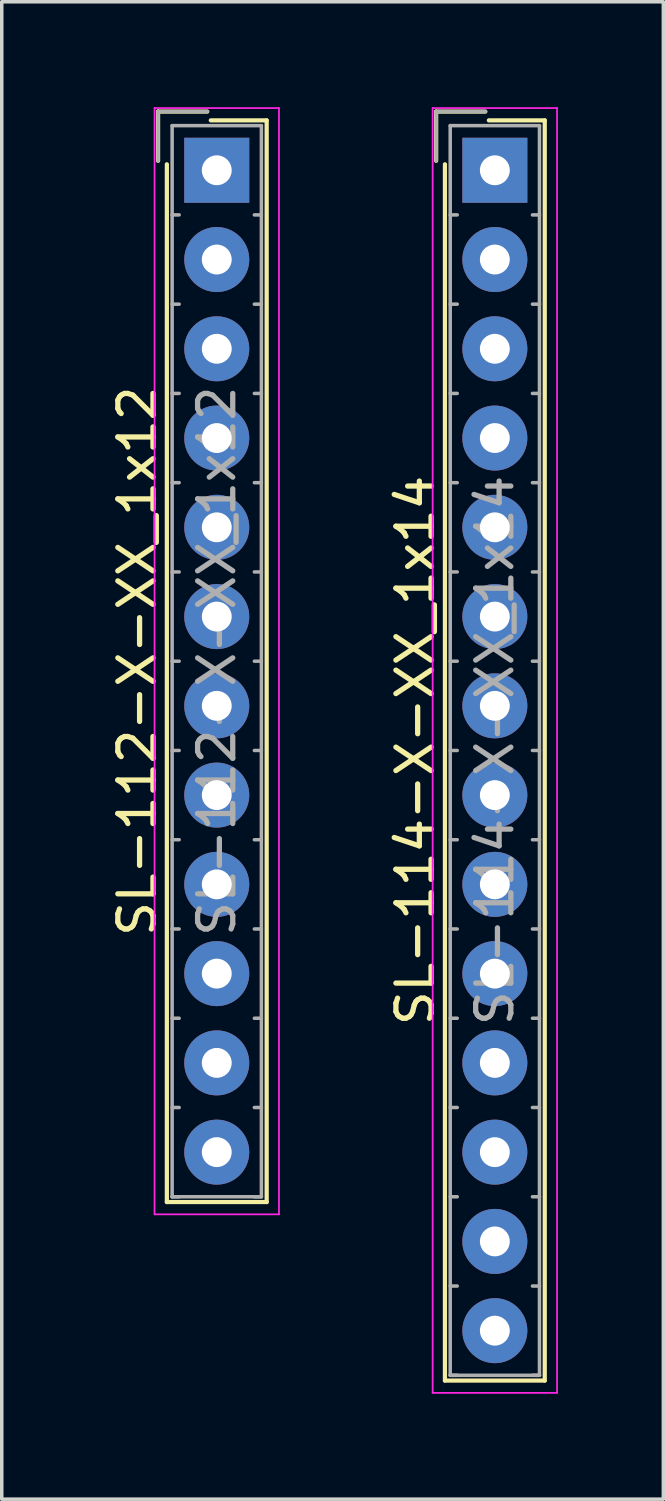
<source format=kicad_pcb>
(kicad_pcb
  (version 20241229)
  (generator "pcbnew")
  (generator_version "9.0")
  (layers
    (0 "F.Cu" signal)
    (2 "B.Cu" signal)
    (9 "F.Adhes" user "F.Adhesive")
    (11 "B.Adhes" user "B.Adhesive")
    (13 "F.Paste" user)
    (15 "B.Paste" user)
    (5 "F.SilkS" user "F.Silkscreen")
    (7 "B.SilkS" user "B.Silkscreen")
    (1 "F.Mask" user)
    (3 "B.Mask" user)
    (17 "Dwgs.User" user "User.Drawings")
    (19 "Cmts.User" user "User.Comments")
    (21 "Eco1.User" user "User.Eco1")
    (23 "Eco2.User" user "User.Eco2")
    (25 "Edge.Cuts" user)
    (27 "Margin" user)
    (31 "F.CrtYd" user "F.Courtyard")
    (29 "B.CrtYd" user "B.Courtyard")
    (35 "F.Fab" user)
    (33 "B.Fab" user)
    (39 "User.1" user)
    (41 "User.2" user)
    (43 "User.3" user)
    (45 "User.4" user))
  (footprint "SL-114-X-XX_1x14"
    (layer "F.Cu")
    (at 11.031 1.795)
    (property "Reference" "SL-114-X-XX_1x14" (at -2.27 16.51 90) (layer "F.SilkS") (effects (font (size 1 1) (thickness 0.15))))
    (attr through_hole)
    (fp_line (start -1.67 -1.67) (end -1.67 -0.27) (stroke (width 0.12) (type solid)) (layer "F.SilkS"))
    (fp_line (start -1.42 34.44) (end -1.42 -0.17) (stroke (width 0.12) (type solid)) (layer "F.SilkS"))
    (fp_line (start -0.27 -1.67) (end -1.67 -1.67) (stroke (width 0.12) (type solid)) (layer "F.SilkS"))
    (fp_line (start -0.17 -1.42) (end 1.42 -1.42) (stroke (width 0.12) (type solid)) (layer "F.SilkS"))
    (fp_line (start 1.42 -1.42) (end 1.42 34.44) (stroke (width 0.12) (type solid)) (layer "F.SilkS"))
    (fp_line (start 1.42 34.44) (end -1.42 34.44) (stroke (width 0.12) (type solid)) (layer "F.SilkS"))
    (fp_line (start -1.77 -1.77) (end -1.77 34.79) (stroke (width 0.05) (type solid)) (layer "F.CrtYd"))
    (fp_line (start -1.77 34.79) (end 1.77 34.79) (stroke (width 0.05) (type solid)) (layer "F.CrtYd"))
    (fp_line (start 1.77 -1.77) (end -1.77 -1.77) (stroke (width 0.05) (type solid)) (layer "F.CrtYd"))
    (fp_line (start 1.77 34.79) (end 1.77 -1.77) (stroke (width 0.05) (type solid)) (layer "F.CrtYd"))
    (fp_line (start -1.67 -1.67) (end -1.67 -0.27) (stroke (width 0.1) (type solid)) (layer "F.Fab"))
    (fp_line (start -1.27 -1.27) (end -1.27 34.29) (stroke (width 0.1) (type solid)) (layer "F.Fab"))
    (fp_line (start -1.27 1.27) (end -1.07 1.27) (stroke (width 0.1) (type solid)) (layer "F.Fab"))
    (fp_line (start -1.27 3.81) (end -1.07 3.81) (stroke (width 0.1) (type solid)) (layer "F.Fab"))
    (fp_line (start -1.27 6.35) (end -1.07 6.35) (stroke (width 0.1) (type solid)) (layer "F.Fab"))
    (fp_line (start -1.27 8.89) (end -1.07 8.89) (stroke (width 0.1) (type solid)) (layer "F.Fab"))
    (fp_line (start -1.27 11.43) (end -1.07 11.43) (stroke (width 0.1) (type solid)) (layer "F.Fab"))
    (fp_line (start -1.27 13.97) (end -1.07 13.97) (stroke (width 0.1) (type solid)) (layer "F.Fab"))
    (fp_line (start -1.27 16.51) (end -1.07 16.51) (stroke (width 0.1) (type solid)) (layer "F.Fab"))
    (fp_line (start -1.27 19.05) (end -1.07 19.05) (stroke (width 0.1) (type solid)) (layer "F.Fab"))
    (fp_line (start -1.27 21.59) (end -1.07 21.59) (stroke (width 0.1) (type solid)) (layer "F.Fab"))
    (fp_line (start -1.27 24.13) (end -1.07 24.13) (stroke (width 0.1) (type solid)) (layer "F.Fab"))
    (fp_line (start -1.27 26.67) (end -1.07 26.67) (stroke (width 0.1) (type solid)) (layer "F.Fab"))
    (fp_line (start -1.27 29.21) (end -1.07 29.21) (stroke (width 0.1) (type solid)) (layer "F.Fab"))
    (fp_line (start -1.27 31.75) (end -1.07 31.75) (stroke (width 0.1) (type solid)) (layer "F.Fab"))
    (fp_line (start -1.27 34.29) (end -1.07 34.29) (stroke (width 0.1) (type solid)) (layer "F.Fab"))
    (fp_line (start -1.27 34.29) (end 1.27 34.29) (stroke (width 0.1) (type solid)) (layer "F.Fab"))
    (fp_line (start -0.27 -1.67) (end -1.67 -1.67) (stroke (width 0.1) (type solid)) (layer "F.Fab"))
    (fp_line (start 1.27 -1.27) (end -1.27 -1.27) (stroke (width 0.1) (type solid)) (layer "F.Fab"))
    (fp_line (start 1.27 1.27) (end 1.07 1.27) (stroke (width 0.1) (type solid)) (layer "F.Fab"))
    (fp_line (start 1.27 3.81) (end 1.07 3.81) (stroke (width 0.1) (type solid)) (layer "F.Fab"))
    (fp_line (start 1.27 6.35) (end 1.07 6.35) (stroke (width 0.1) (type solid)) (layer "F.Fab"))
    (fp_line (start 1.27 8.89) (end 1.07 8.89) (stroke (width 0.1) (type solid)) (layer "F.Fab"))
    (fp_line (start 1.27 11.43) (end 1.07 11.43) (stroke (width 0.1) (type solid)) (layer "F.Fab"))
    (fp_line (start 1.27 13.97) (end 1.07 13.97) (stroke (width 0.1) (type solid)) (layer "F.Fab"))
    (fp_line (start 1.27 16.51) (end 1.07 16.51) (stroke (width 0.1) (type solid)) (layer "F.Fab"))
    (fp_line (start 1.27 19.05) (end 1.07 19.05) (stroke (width 0.1) (type solid)) (layer "F.Fab"))
    (fp_line (start 1.27 21.59) (end 1.07 21.59) (stroke (width 0.1) (type solid)) (layer "F.Fab"))
    (fp_line (start 1.27 24.13) (end 1.07 24.13) (stroke (width 0.1) (type solid)) (layer "F.Fab"))
    (fp_line (start 1.27 26.67) (end 1.07 26.67) (stroke (width 0.1) (type solid)) (layer "F.Fab"))
    (fp_line (start 1.27 29.21) (end 1.07 29.21) (stroke (width 0.1) (type solid)) (layer "F.Fab"))
    (fp_line (start 1.27 31.75) (end 1.07 31.75) (stroke (width 0.1) (type solid)) (layer "F.Fab"))
    (fp_line (start 1.27 34.29) (end 1.07 34.29) (stroke (width 0.1) (type solid)) (layer "F.Fab"))
    (fp_line (start 1.27 34.29) (end 1.27 -1.27) (stroke (width 0.1) (type solid)) (layer "F.Fab"))
    (fp_text user "${REFERENCE}" (at 0 16.51 90) (layer "F.Fab") (effects (font (size 1 1) (thickness 0.15))))
    (pad "1" thru_hole rect (at 0 0) (size 1.85 1.85) (drill 0.85) (layers "*.Cu" "*.Mask"))
    (pad "2" thru_hole circle (at 0 2.54) (size 1.85 1.85) (drill 0.85) (layers "*.Cu" "*.Mask"))
    (pad "3" thru_hole circle (at 0 5.08) (size 1.85 1.85) (drill 0.85) (layers "*.Cu" "*.Mask"))
    (pad "4" thru_hole circle (at 0 7.62) (size 1.85 1.85) (drill 0.85) (layers "*.Cu" "*.Mask"))
    (pad "5" thru_hole circle (at 0 10.16) (size 1.85 1.85) (drill 0.85) (layers "*.Cu" "*.Mask"))
    (pad "6" thru_hole circle (at 0 12.7) (size 1.85 1.85) (drill 0.85) (layers "*.Cu" "*.Mask"))
    (pad "7" thru_hole circle (at 0 15.24) (size 1.85 1.85) (drill 0.85) (layers "*.Cu" "*.Mask"))
    (pad "8" thru_hole circle (at 0 17.78) (size 1.85 1.85) (drill 0.85) (layers "*.Cu" "*.Mask"))
    (pad "9" thru_hole circle (at 0 20.32) (size 1.85 1.85) (drill 0.85) (layers "*.Cu" "*.Mask"))
    (pad "10" thru_hole circle (at 0 22.86) (size 1.85 1.85) (drill 0.85) (layers "*.Cu" "*.Mask"))
    (pad "11" thru_hole circle (at 0 25.4) (size 1.85 1.85) (drill 0.85) (layers "*.Cu" "*.Mask"))
    (pad "12" thru_hole circle (at 0 27.94) (size 1.85 1.85) (drill 0.85) (layers "*.Cu" "*.Mask"))
    (pad "13" thru_hole circle (at 0 30.48) (size 1.85 1.85) (drill 0.85) (layers "*.Cu" "*.Mask"))
    (pad "14" thru_hole circle (at 0 33.02) (size 1.85 1.85) (drill 0.85) (layers "*.Cu" "*.Mask")))
  (footprint "SL-112-X-XX_1x12"
    (layer "F.Cu")
    (at 3.118 1.795)
    (property "Reference" "SL-112-X-XX_1x12" (at -2.27 13.97 90) (layer "F.SilkS") (effects (font (size 1 1) (thickness 0.15))))
    (attr through_hole)
    (fp_line (start -1.67 -1.67) (end -1.67 -0.27) (stroke (width 0.12) (type solid)) (layer "F.SilkS"))
    (fp_line (start -1.42 29.36) (end -1.42 -0.17) (stroke (width 0.12) (type solid)) (layer "F.SilkS"))
    (fp_line (start -0.27 -1.67) (end -1.67 -1.67) (stroke (width 0.12) (type solid)) (layer "F.SilkS"))
    (fp_line (start -0.17 -1.42) (end 1.42 -1.42) (stroke (width 0.12) (type solid)) (layer "F.SilkS"))
    (fp_line (start 1.42 -1.42) (end 1.42 29.36) (stroke (width 0.12) (type solid)) (layer "F.SilkS"))
    (fp_line (start 1.42 29.36) (end -1.42 29.36) (stroke (width 0.12) (type solid)) (layer "F.SilkS"))
    (fp_line (start -1.77 -1.77) (end -1.77 29.71) (stroke (width 0.05) (type solid)) (layer "F.CrtYd"))
    (fp_line (start -1.77 29.71) (end 1.77 29.71) (stroke (width 0.05) (type solid)) (layer "F.CrtYd"))
    (fp_line (start 1.77 -1.77) (end -1.77 -1.77) (stroke (width 0.05) (type solid)) (layer "F.CrtYd"))
    (fp_line (start 1.77 29.71) (end 1.77 -1.77) (stroke (width 0.05) (type solid)) (layer "F.CrtYd"))
    (fp_line (start -1.67 -1.67) (end -1.67 -0.27) (stroke (width 0.1) (type solid)) (layer "F.Fab"))
    (fp_line (start -1.27 -1.27) (end -1.27 29.21) (stroke (width 0.1) (type solid)) (layer "F.Fab"))
    (fp_line (start -1.27 1.27) (end -1.07 1.27) (stroke (width 0.1) (type solid)) (layer "F.Fab"))
    (fp_line (start -1.27 3.81) (end -1.07 3.81) (stroke (width 0.1) (type solid)) (layer "F.Fab"))
    (fp_line (start -1.27 6.35) (end -1.07 6.35) (stroke (width 0.1) (type solid)) (layer "F.Fab"))
    (fp_line (start -1.27 8.89) (end -1.07 8.89) (stroke (width 0.1) (type solid)) (layer "F.Fab"))
    (fp_line (start -1.27 11.43) (end -1.07 11.43) (stroke (width 0.1) (type solid)) (layer "F.Fab"))
    (fp_line (start -1.27 13.97) (end -1.07 13.97) (stroke (width 0.1) (type solid)) (layer "F.Fab"))
    (fp_line (start -1.27 16.51) (end -1.07 16.51) (stroke (width 0.1) (type solid)) (layer "F.Fab"))
    (fp_line (start -1.27 19.05) (end -1.07 19.05) (stroke (width 0.1) (type solid)) (layer "F.Fab"))
    (fp_line (start -1.27 21.59) (end -1.07 21.59) (stroke (width 0.1) (type solid)) (layer "F.Fab"))
    (fp_line (start -1.27 24.13) (end -1.07 24.13) (stroke (width 0.1) (type solid)) (layer "F.Fab"))
    (fp_line (start -1.27 26.67) (end -1.07 26.67) (stroke (width 0.1) (type solid)) (layer "F.Fab"))
    (fp_line (start -1.27 29.21) (end -1.07 29.21) (stroke (width 0.1) (type solid)) (layer "F.Fab"))
    (fp_line (start -1.27 29.21) (end 1.27 29.21) (stroke (width 0.1) (type solid)) (layer "F.Fab"))
    (fp_line (start -0.27 -1.67) (end -1.67 -1.67) (stroke (width 0.1) (type solid)) (layer "F.Fab"))
    (fp_line (start 1.27 -1.27) (end -1.27 -1.27) (stroke (width 0.1) (type solid)) (layer "F.Fab"))
    (fp_line (start 1.27 1.27) (end 1.07 1.27) (stroke (width 0.1) (type solid)) (layer "F.Fab"))
    (fp_line (start 1.27 3.81) (end 1.07 3.81) (stroke (width 0.1) (type solid)) (layer "F.Fab"))
    (fp_line (start 1.27 6.35) (end 1.07 6.35) (stroke (width 0.1) (type solid)) (layer "F.Fab"))
    (fp_line (start 1.27 8.89) (end 1.07 8.89) (stroke (width 0.1) (type solid)) (layer "F.Fab"))
    (fp_line (start 1.27 11.43) (end 1.07 11.43) (stroke (width 0.1) (type solid)) (layer "F.Fab"))
    (fp_line (start 1.27 13.97) (end 1.07 13.97) (stroke (width 0.1) (type solid)) (layer "F.Fab"))
    (fp_line (start 1.27 16.51) (end 1.07 16.51) (stroke (width 0.1) (type solid)) (layer "F.Fab"))
    (fp_line (start 1.27 19.05) (end 1.07 19.05) (stroke (width 0.1) (type solid)) (layer "F.Fab"))
    (fp_line (start 1.27 21.59) (end 1.07 21.59) (stroke (width 0.1) (type solid)) (layer "F.Fab"))
    (fp_line (start 1.27 24.13) (end 1.07 24.13) (stroke (width 0.1) (type solid)) (layer "F.Fab"))
    (fp_line (start 1.27 26.67) (end 1.07 26.67) (stroke (width 0.1) (type solid)) (layer "F.Fab"))
    (fp_line (start 1.27 29.21) (end 1.07 29.21) (stroke (width 0.1) (type solid)) (layer "F.Fab"))
    (fp_line (start 1.27 29.21) (end 1.27 -1.27) (stroke (width 0.1) (type solid)) (layer "F.Fab"))
    (fp_text user "${REFERENCE}" (at 0 13.97 90) (layer "F.Fab") (effects (font (size 1 1) (thickness 0.15))))
    (pad "1" thru_hole rect (at 0 0) (size 1.85 1.85) (drill 0.85) (layers "*.Cu" "*.Mask"))
    (pad "2" thru_hole circle (at 0 2.54) (size 1.85 1.85) (drill 0.85) (layers "*.Cu" "*.Mask"))
    (pad "3" thru_hole circle (at 0 5.08) (size 1.85 1.85) (drill 0.85) (layers "*.Cu" "*.Mask"))
    (pad "4" thru_hole circle (at 0 7.62) (size 1.85 1.85) (drill 0.85) (layers "*.Cu" "*.Mask"))
    (pad "5" thru_hole circle (at 0 10.16) (size 1.85 1.85) (drill 0.85) (layers "*.Cu" "*.Mask"))
    (pad "6" thru_hole circle (at 0 12.7) (size 1.85 1.85) (drill 0.85) (layers "*.Cu" "*.Mask"))
    (pad "7" thru_hole circle (at 0 15.24) (size 1.85 1.85) (drill 0.85) (layers "*.Cu" "*.Mask"))
    (pad "8" thru_hole circle (at 0 17.78) (size 1.85 1.85) (drill 0.85) (layers "*.Cu" "*.Mask"))
    (pad "9" thru_hole circle (at 0 20.32) (size 1.85 1.85) (drill 0.85) (layers "*.Cu" "*.Mask"))
    (pad "10" thru_hole circle (at 0 22.86) (size 1.85 1.85) (drill 0.85) (layers "*.Cu" "*.Mask"))
    (pad "11" thru_hole circle (at 0 25.4) (size 1.85 1.85) (drill 0.85) (layers "*.Cu" "*.Mask"))
    (pad "12" thru_hole circle (at 0 27.94) (size 1.85 1.85) (drill 0.85) (layers "*.Cu" "*.Mask")))
  (gr_rect
    (start -3 -3)
    (end 15.826 39.61)
    (stroke (width 0.1) (type default))
    (fill no)
    (layer "Edge.Cuts")))
</source>
